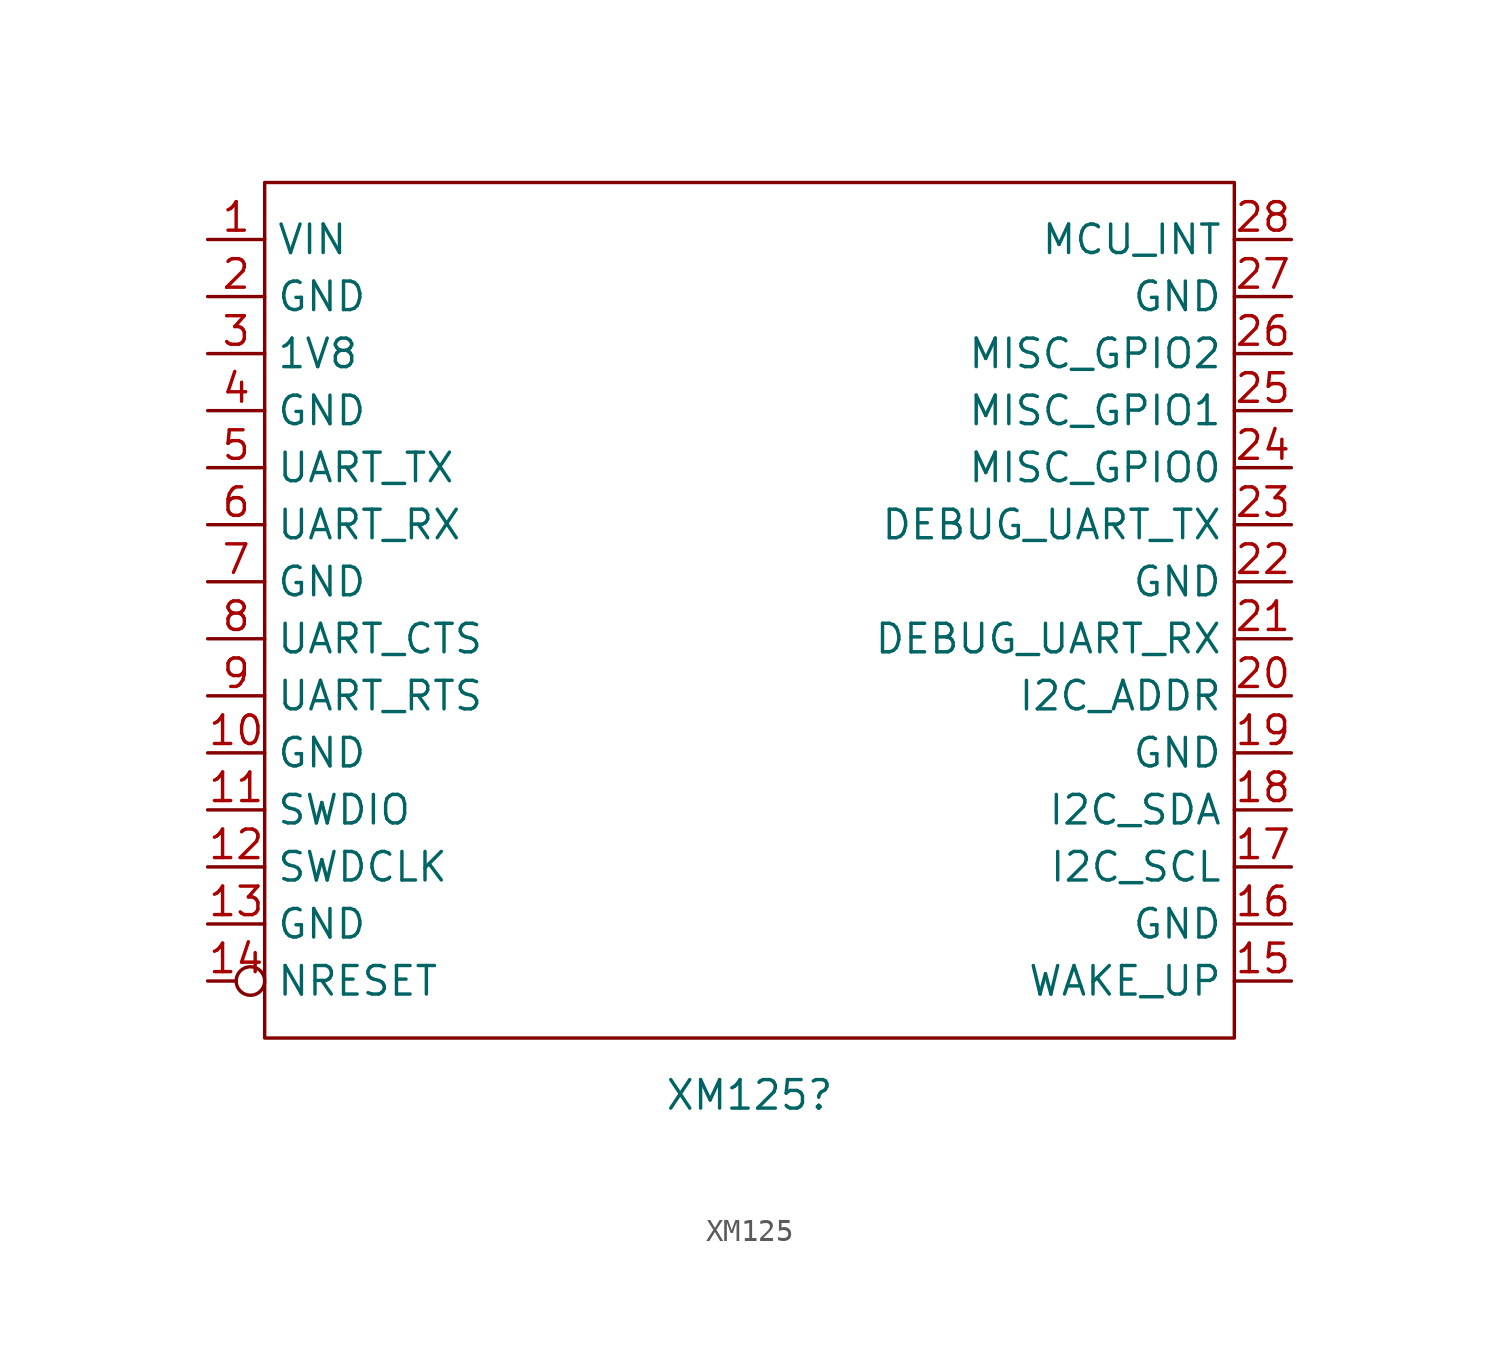
<source format=kicad_sym>
(kicad_symbol_lib
  (version 20220914)
  (generator kicad_symbol_editor)
  (symbol "XM125"
    (property "Reference" "XM125"
      (at -8.89 -11.43 0)
      (effects (font (size 1.27 1.27))))
    (property "Value" ""
      (at -25.4 0 0)
      (effects (font (size 1.27 1.27))))
    (symbol "XM125_0_1"
      (rectangle (start -30.48 29.21) (end 12.7 -8.89) (stroke (width 0) (type default)) (fill (type none))))
    (symbol "XM125_1_0"
      (pin power_in line (at -33.02 3.81 0) (length 2.54) (name "GND" (effects (font (size 1.27 1.27)))) (number "10" (effects (font (size 1.27 1.27)))))
      (pin bidirectional line (at -33.02 1.27 0) (length 2.54) (name "SWDIO" (effects (font (size 1.27 1.27)))) (number "11" (effects (font (size 1.27 1.27)))))
      (pin bidirectional line (at -33.02 -1.27 0) (length 2.54) (name "SWDCLK" (effects (font (size 1.27 1.27)))) (number "12" (effects (font (size 1.27 1.27)))))
      (pin power_in line (at -33.02 -3.81 0) (length 2.54) (name "GND" (effects (font (size 1.27 1.27)))) (number "13" (effects (font (size 1.27 1.27)))))
      (pin input inverted (at -33.02 -6.35 0) (length 2.54) (name "NRESET" (effects (font (size 1.27 1.27)))) (number "14" (effects (font (size 1.27 1.27)))))
      (pin input line (at 15.24 -6.35 180) (length 2.54) (name "WAKE_UP" (effects (font (size 1.27 1.27)))) (number "15" (effects (font (size 1.27 1.27)))))
      (pin power_in line (at 15.24 -3.81 180) (length 2.54) (name "GND" (effects (font (size 1.27 1.27)))) (number "16" (effects (font (size 1.27 1.27)))))
      (pin bidirectional line (at 15.24 -1.27 180) (length 2.54) (name "I2C_SCL" (effects (font (size 1.27 1.27)))) (number "17" (effects (font (size 1.27 1.27)))))
      (pin bidirectional line (at 15.24 1.27 180) (length 2.54) (name "I2C_SDA" (effects (font (size 1.27 1.27)))) (number "18" (effects (font (size 1.27 1.27)))))
      (pin power_in line (at 15.24 3.81 180) (length 2.54) (name "GND" (effects (font (size 1.27 1.27)))) (number "19" (effects (font (size 1.27 1.27)))))
      (pin bidirectional line (at 15.24 6.35 180) (length 2.54) (name "I2C_ADDR" (effects (font (size 1.27 1.27)))) (number "20" (effects (font (size 1.27 1.27)))))
      (pin bidirectional line (at 15.24 8.89 180) (length 2.54) (name "DEBUG_UART_RX" (effects (font (size 1.27 1.27)))) (number "21" (effects (font (size 1.27 1.27)))))
      (pin power_in line (at 15.24 11.43 180) (length 2.54) (name "GND" (effects (font (size 1.27 1.27)))) (number "22" (effects (font (size 1.27 1.27)))))
      (pin bidirectional line (at 15.24 13.97 180) (length 2.54) (name "DEBUG_UART_TX" (effects (font (size 1.27 1.27)))) (number "23" (effects (font (size 1.27 1.27)))))
      (pin bidirectional line (at 15.24 16.51 180) (length 2.54) (name "MISC_GPIO0" (effects (font (size 1.27 1.27)))) (number "24" (effects (font (size 1.27 1.27)))))
      (pin bidirectional line (at 15.24 19.05 180) (length 2.54) (name "MISC_GPIO1" (effects (font (size 1.27 1.27)))) (number "25" (effects (font (size 1.27 1.27)))))
      (pin bidirectional line (at 15.24 21.59 180) (length 2.54) (name "MISC_GPIO2" (effects (font (size 1.27 1.27)))) (number "26" (effects (font (size 1.27 1.27)))))
      (pin power_in line (at 15.24 24.13 180) (length 2.54) (name "GND" (effects (font (size 1.27 1.27)))) (number "27" (effects (font (size 1.27 1.27)))))
      (pin output line (at 15.24 26.67 180) (length 2.54) (name "MCU_INT" (effects (font (size 1.27 1.27)))) (number "28" (effects (font (size 1.27 1.27)))))
      (pin power_in line (at -33.02 21.59 0) (length 2.54) (name "1V8" (effects (font (size 1.27 1.27)))) (number "3" (effects (font (size 1.27 1.27)))))
      (pin power_in line (at -33.02 19.05 0) (length 2.54) (name "GND" (effects (font (size 1.27 1.27)))) (number "4" (effects (font (size 1.27 1.27)))))
      (pin bidirectional line (at -33.02 16.51 0) (length 2.54) (name "UART_TX" (effects (font (size 1.27 1.27)))) (number "5" (effects (font (size 1.27 1.27)))))
      (pin bidirectional line (at -33.02 13.97 0) (length 2.54) (name "UART_RX" (effects (font (size 1.27 1.27)))) (number "6" (effects (font (size 1.27 1.27)))))
      (pin power_in line (at -33.02 11.43 0) (length 2.54) (name "GND" (effects (font (size 1.27 1.27)))) (number "7" (effects (font (size 1.27 1.27)))))
      (pin bidirectional line (at -33.02 8.89 0) (length 2.54) (name "UART_CTS" (effects (font (size 1.27 1.27)))) (number "8" (effects (font (size 1.27 1.27)))))
      (pin bidirectional line (at -33.02 6.35 0) (length 2.54) (name "UART_RTS" (effects (font (size 1.27 1.27)))) (number "9" (effects (font (size 1.27 1.27))))))
    (symbol "XM125_1_1"
      (pin power_in line (at -33.02 26.67 0) (length 2.54) (name "VIN" (effects (font (size 1.27 1.27)))) (number "1" (effects (font (size 1.27 1.27)))))
      (pin power_in line (at -33.02 24.13 0) (length 2.54) (name "GND" (effects (font (size 1.27 1.27)))) (number "2" (effects (font (size 1.27 1.27))))))))
</source>
